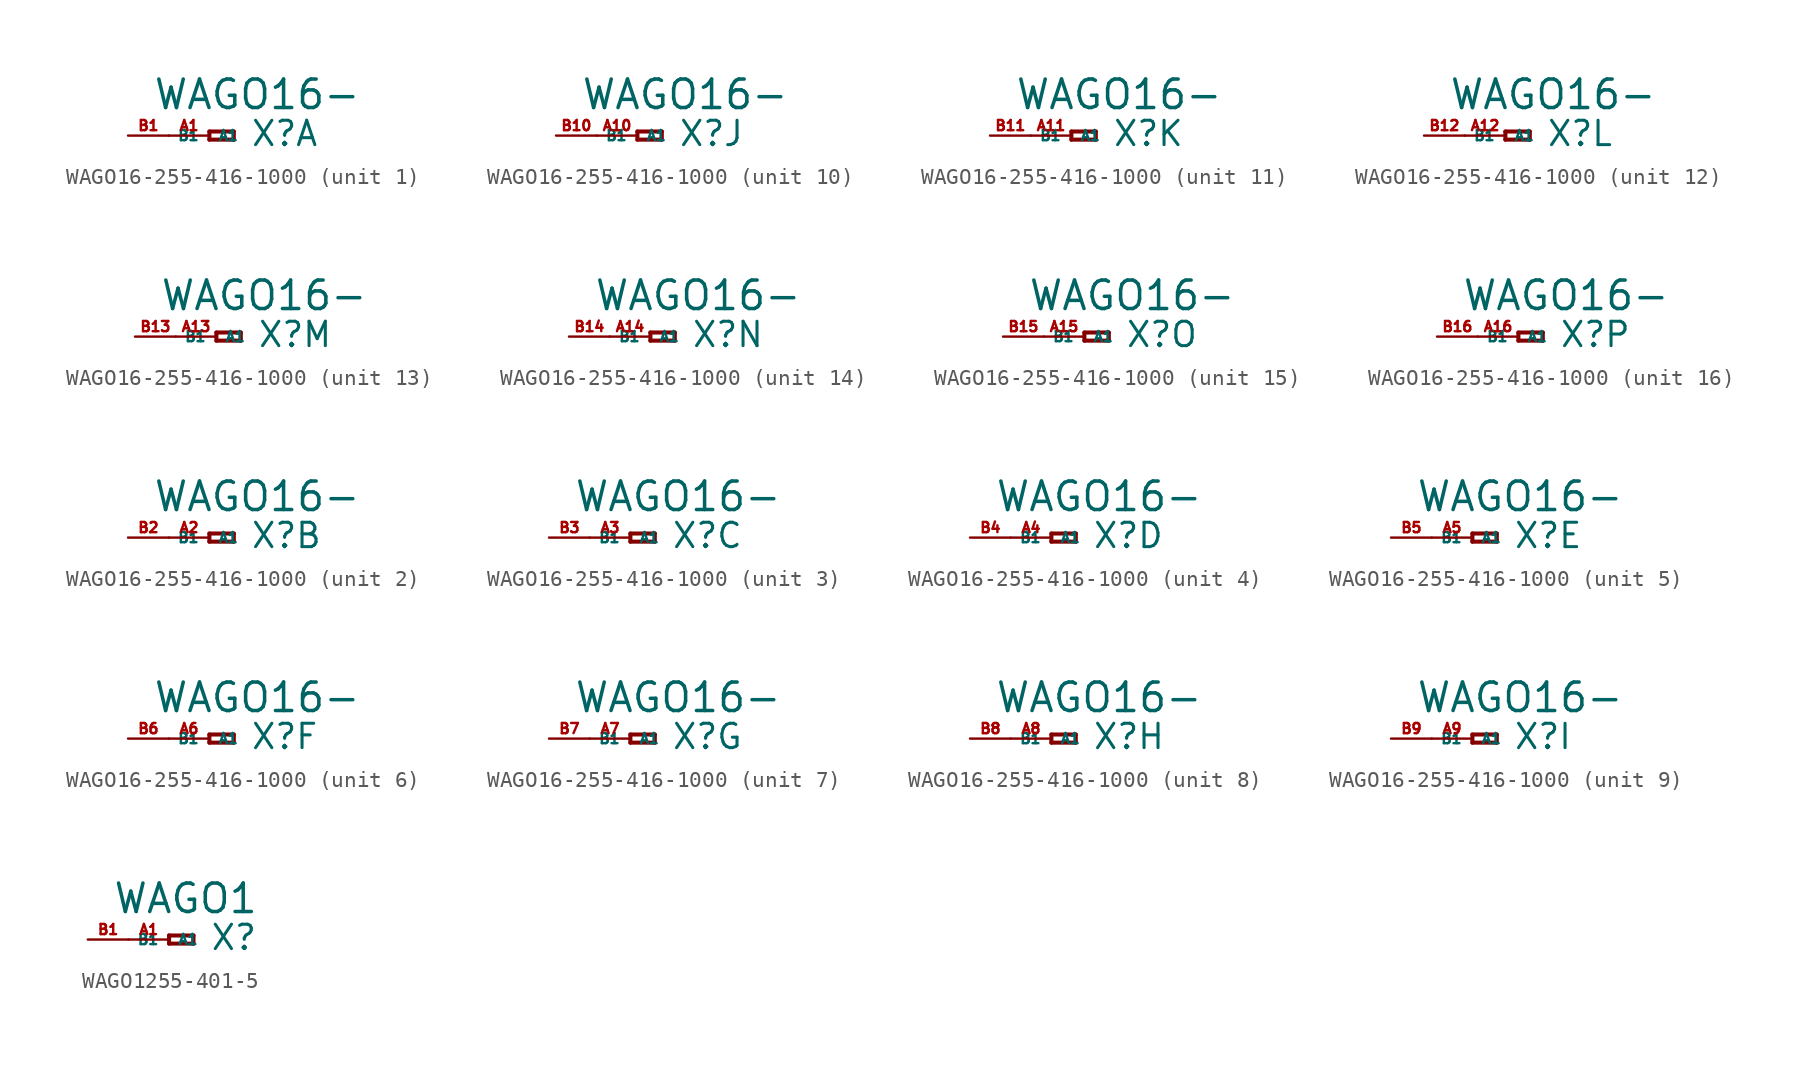
<source format=kicad_sym>
(kicad_symbol_lib
  (version 20220914)
  (generator Eagle2Kicad)
  (symbol "WAGO16-255-416-1000"
    (property "Reference" "X"
      (at 2.54 -0.762 0)
      (effects (font (size 1.524 1.524) (thickness 0.19)) (justify left bottom)))
    (property "Value" "WAGO16-"
      (at -3.556 1.524 0)
      (effects (font (size 1.778 1.778) (thickness 0.22)) (justify left bottom)))
    (symbol "WAGO16-255-416-1000_1_0"
      (polyline (pts (xy 0 0.254) (xy 0 -0.254)) (stroke (width 0.254) (type default)) (fill (type none)))
      (polyline (pts (xy 0 -0.254) (xy 1.524 -0.254)) (stroke (width 0.254) (type default)) (fill (type none)))
      (polyline (pts (xy 1.524 -0.254) (xy 1.524 0.254)) (stroke (width 0.254) (type default)) (fill (type none)))
      (polyline (pts (xy 1.524 0.254) (xy 0 0.254)) (stroke (width 0.254) (type default)) (fill (type none)))
      (pin passive line (at -2.54 0 0) (length 2.54) (name "A1" (effects (font (size 0.635 0.635) (thickness 0.08)) (justify left bottom))) (number "A1" (effects (font (size 0.635 0.635) (thickness 0.08)) (justify left bottom))))
      (pin passive line (at -5.08 0 0) (length 2.54) (name "B1" (effects (font (size 0.635 0.635) (thickness 0.08)) (justify left bottom))) (number "B1" (effects (font (size 0.635 0.635) (thickness 0.08)) (justify left bottom)))))
    (symbol "WAGO16-255-416-1000_2_0"
      (polyline (pts (xy 0 0.254) (xy 0 -0.254)) (stroke (width 0.254) (type default)) (fill (type none)))
      (polyline (pts (xy 0 -0.254) (xy 1.524 -0.254)) (stroke (width 0.254) (type default)) (fill (type none)))
      (polyline (pts (xy 1.524 -0.254) (xy 1.524 0.254)) (stroke (width 0.254) (type default)) (fill (type none)))
      (polyline (pts (xy 1.524 0.254) (xy 0 0.254)) (stroke (width 0.254) (type default)) (fill (type none)))
      (pin passive line (at -2.54 0 0) (length 2.54) (name "A1" (effects (font (size 0.635 0.635) (thickness 0.08)) (justify left bottom))) (number "A2" (effects (font (size 0.635 0.635) (thickness 0.08)) (justify left bottom))))
      (pin passive line (at -5.08 0 0) (length 2.54) (name "B1" (effects (font (size 0.635 0.635) (thickness 0.08)) (justify left bottom))) (number "B2" (effects (font (size 0.635 0.635) (thickness 0.08)) (justify left bottom)))))
    (symbol "WAGO16-255-416-1000_3_0"
      (polyline (pts (xy 0 0.254) (xy 0 -0.254)) (stroke (width 0.254) (type default)) (fill (type none)))
      (polyline (pts (xy 0 -0.254) (xy 1.524 -0.254)) (stroke (width 0.254) (type default)) (fill (type none)))
      (polyline (pts (xy 1.524 -0.254) (xy 1.524 0.254)) (stroke (width 0.254) (type default)) (fill (type none)))
      (polyline (pts (xy 1.524 0.254) (xy 0 0.254)) (stroke (width 0.254) (type default)) (fill (type none)))
      (pin passive line (at -2.54 0 0) (length 2.54) (name "A1" (effects (font (size 0.635 0.635) (thickness 0.08)) (justify left bottom))) (number "A3" (effects (font (size 0.635 0.635) (thickness 0.08)) (justify left bottom))))
      (pin passive line (at -5.08 0 0) (length 2.54) (name "B1" (effects (font (size 0.635 0.635) (thickness 0.08)) (justify left bottom))) (number "B3" (effects (font (size 0.635 0.635) (thickness 0.08)) (justify left bottom)))))
    (symbol "WAGO16-255-416-1000_4_0"
      (polyline (pts (xy 0 0.254) (xy 0 -0.254)) (stroke (width 0.254) (type default)) (fill (type none)))
      (polyline (pts (xy 0 -0.254) (xy 1.524 -0.254)) (stroke (width 0.254) (type default)) (fill (type none)))
      (polyline (pts (xy 1.524 -0.254) (xy 1.524 0.254)) (stroke (width 0.254) (type default)) (fill (type none)))
      (polyline (pts (xy 1.524 0.254) (xy 0 0.254)) (stroke (width 0.254) (type default)) (fill (type none)))
      (pin passive line (at -2.54 0 0) (length 2.54) (name "A1" (effects (font (size 0.635 0.635) (thickness 0.08)) (justify left bottom))) (number "A4" (effects (font (size 0.635 0.635) (thickness 0.08)) (justify left bottom))))
      (pin passive line (at -5.08 0 0) (length 2.54) (name "B1" (effects (font (size 0.635 0.635) (thickness 0.08)) (justify left bottom))) (number "B4" (effects (font (size 0.635 0.635) (thickness 0.08)) (justify left bottom)))))
    (symbol "WAGO16-255-416-1000_5_0"
      (polyline (pts (xy 0 0.254) (xy 0 -0.254)) (stroke (width 0.254) (type default)) (fill (type none)))
      (polyline (pts (xy 0 -0.254) (xy 1.524 -0.254)) (stroke (width 0.254) (type default)) (fill (type none)))
      (polyline (pts (xy 1.524 -0.254) (xy 1.524 0.254)) (stroke (width 0.254) (type default)) (fill (type none)))
      (polyline (pts (xy 1.524 0.254) (xy 0 0.254)) (stroke (width 0.254) (type default)) (fill (type none)))
      (pin passive line (at -2.54 0 0) (length 2.54) (name "A1" (effects (font (size 0.635 0.635) (thickness 0.08)) (justify left bottom))) (number "A5" (effects (font (size 0.635 0.635) (thickness 0.08)) (justify left bottom))))
      (pin passive line (at -5.08 0 0) (length 2.54) (name "B1" (effects (font (size 0.635 0.635) (thickness 0.08)) (justify left bottom))) (number "B5" (effects (font (size 0.635 0.635) (thickness 0.08)) (justify left bottom)))))
    (symbol "WAGO16-255-416-1000_6_0"
      (polyline (pts (xy 0 0.254) (xy 0 -0.254)) (stroke (width 0.254) (type default)) (fill (type none)))
      (polyline (pts (xy 0 -0.254) (xy 1.524 -0.254)) (stroke (width 0.254) (type default)) (fill (type none)))
      (polyline (pts (xy 1.524 -0.254) (xy 1.524 0.254)) (stroke (width 0.254) (type default)) (fill (type none)))
      (polyline (pts (xy 1.524 0.254) (xy 0 0.254)) (stroke (width 0.254) (type default)) (fill (type none)))
      (pin passive line (at -2.54 0 0) (length 2.54) (name "A1" (effects (font (size 0.635 0.635) (thickness 0.08)) (justify left bottom))) (number "A6" (effects (font (size 0.635 0.635) (thickness 0.08)) (justify left bottom))))
      (pin passive line (at -5.08 0 0) (length 2.54) (name "B1" (effects (font (size 0.635 0.635) (thickness 0.08)) (justify left bottom))) (number "B6" (effects (font (size 0.635 0.635) (thickness 0.08)) (justify left bottom)))))
    (symbol "WAGO16-255-416-1000_7_0"
      (polyline (pts (xy 0 0.254) (xy 0 -0.254)) (stroke (width 0.254) (type default)) (fill (type none)))
      (polyline (pts (xy 0 -0.254) (xy 1.524 -0.254)) (stroke (width 0.254) (type default)) (fill (type none)))
      (polyline (pts (xy 1.524 -0.254) (xy 1.524 0.254)) (stroke (width 0.254) (type default)) (fill (type none)))
      (polyline (pts (xy 1.524 0.254) (xy 0 0.254)) (stroke (width 0.254) (type default)) (fill (type none)))
      (pin passive line (at -2.54 0 0) (length 2.54) (name "A1" (effects (font (size 0.635 0.635) (thickness 0.08)) (justify left bottom))) (number "A7" (effects (font (size 0.635 0.635) (thickness 0.08)) (justify left bottom))))
      (pin passive line (at -5.08 0 0) (length 2.54) (name "B1" (effects (font (size 0.635 0.635) (thickness 0.08)) (justify left bottom))) (number "B7" (effects (font (size 0.635 0.635) (thickness 0.08)) (justify left bottom)))))
    (symbol "WAGO16-255-416-1000_8_0"
      (polyline (pts (xy 0 0.254) (xy 0 -0.254)) (stroke (width 0.254) (type default)) (fill (type none)))
      (polyline (pts (xy 0 -0.254) (xy 1.524 -0.254)) (stroke (width 0.254) (type default)) (fill (type none)))
      (polyline (pts (xy 1.524 -0.254) (xy 1.524 0.254)) (stroke (width 0.254) (type default)) (fill (type none)))
      (polyline (pts (xy 1.524 0.254) (xy 0 0.254)) (stroke (width 0.254) (type default)) (fill (type none)))
      (pin passive line (at -2.54 0 0) (length 2.54) (name "A1" (effects (font (size 0.635 0.635) (thickness 0.08)) (justify left bottom))) (number "A8" (effects (font (size 0.635 0.635) (thickness 0.08)) (justify left bottom))))
      (pin passive line (at -5.08 0 0) (length 2.54) (name "B1" (effects (font (size 0.635 0.635) (thickness 0.08)) (justify left bottom))) (number "B8" (effects (font (size 0.635 0.635) (thickness 0.08)) (justify left bottom)))))
    (symbol "WAGO16-255-416-1000_9_0"
      (polyline (pts (xy 0 0.254) (xy 0 -0.254)) (stroke (width 0.254) (type default)) (fill (type none)))
      (polyline (pts (xy 0 -0.254) (xy 1.524 -0.254)) (stroke (width 0.254) (type default)) (fill (type none)))
      (polyline (pts (xy 1.524 -0.254) (xy 1.524 0.254)) (stroke (width 0.254) (type default)) (fill (type none)))
      (polyline (pts (xy 1.524 0.254) (xy 0 0.254)) (stroke (width 0.254) (type default)) (fill (type none)))
      (pin passive line (at -2.54 0 0) (length 2.54) (name "A1" (effects (font (size 0.635 0.635) (thickness 0.08)) (justify left bottom))) (number "A9" (effects (font (size 0.635 0.635) (thickness 0.08)) (justify left bottom))))
      (pin passive line (at -5.08 0 0) (length 2.54) (name "B1" (effects (font (size 0.635 0.635) (thickness 0.08)) (justify left bottom))) (number "B9" (effects (font (size 0.635 0.635) (thickness 0.08)) (justify left bottom)))))
    (symbol "WAGO16-255-416-1000_10_0"
      (polyline (pts (xy 0 0.254) (xy 0 -0.254)) (stroke (width 0.254) (type default)) (fill (type none)))
      (polyline (pts (xy 0 -0.254) (xy 1.524 -0.254)) (stroke (width 0.254) (type default)) (fill (type none)))
      (polyline (pts (xy 1.524 -0.254) (xy 1.524 0.254)) (stroke (width 0.254) (type default)) (fill (type none)))
      (polyline (pts (xy 1.524 0.254) (xy 0 0.254)) (stroke (width 0.254) (type default)) (fill (type none)))
      (pin passive line (at -2.54 0 0) (length 2.54) (name "A1" (effects (font (size 0.635 0.635) (thickness 0.08)) (justify left bottom))) (number "A10" (effects (font (size 0.635 0.635) (thickness 0.08)) (justify left bottom))))
      (pin passive line (at -5.08 0 0) (length 2.54) (name "B1" (effects (font (size 0.635 0.635) (thickness 0.08)) (justify left bottom))) (number "B10" (effects (font (size 0.635 0.635) (thickness 0.08)) (justify left bottom)))))
    (symbol "WAGO16-255-416-1000_11_0"
      (polyline (pts (xy 0 0.254) (xy 0 -0.254)) (stroke (width 0.254) (type default)) (fill (type none)))
      (polyline (pts (xy 0 -0.254) (xy 1.524 -0.254)) (stroke (width 0.254) (type default)) (fill (type none)))
      (polyline (pts (xy 1.524 -0.254) (xy 1.524 0.254)) (stroke (width 0.254) (type default)) (fill (type none)))
      (polyline (pts (xy 1.524 0.254) (xy 0 0.254)) (stroke (width 0.254) (type default)) (fill (type none)))
      (pin passive line (at -2.54 0 0) (length 2.54) (name "A1" (effects (font (size 0.635 0.635) (thickness 0.08)) (justify left bottom))) (number "A11" (effects (font (size 0.635 0.635) (thickness 0.08)) (justify left bottom))))
      (pin passive line (at -5.08 0 0) (length 2.54) (name "B1" (effects (font (size 0.635 0.635) (thickness 0.08)) (justify left bottom))) (number "B11" (effects (font (size 0.635 0.635) (thickness 0.08)) (justify left bottom)))))
    (symbol "WAGO16-255-416-1000_12_0"
      (polyline (pts (xy 0 0.254) (xy 0 -0.254)) (stroke (width 0.254) (type default)) (fill (type none)))
      (polyline (pts (xy 0 -0.254) (xy 1.524 -0.254)) (stroke (width 0.254) (type default)) (fill (type none)))
      (polyline (pts (xy 1.524 -0.254) (xy 1.524 0.254)) (stroke (width 0.254) (type default)) (fill (type none)))
      (polyline (pts (xy 1.524 0.254) (xy 0 0.254)) (stroke (width 0.254) (type default)) (fill (type none)))
      (pin passive line (at -2.54 0 0) (length 2.54) (name "A1" (effects (font (size 0.635 0.635) (thickness 0.08)) (justify left bottom))) (number "A12" (effects (font (size 0.635 0.635) (thickness 0.08)) (justify left bottom))))
      (pin passive line (at -5.08 0 0) (length 2.54) (name "B1" (effects (font (size 0.635 0.635) (thickness 0.08)) (justify left bottom))) (number "B12" (effects (font (size 0.635 0.635) (thickness 0.08)) (justify left bottom)))))
    (symbol "WAGO16-255-416-1000_13_0"
      (polyline (pts (xy 0 0.254) (xy 0 -0.254)) (stroke (width 0.254) (type default)) (fill (type none)))
      (polyline (pts (xy 0 -0.254) (xy 1.524 -0.254)) (stroke (width 0.254) (type default)) (fill (type none)))
      (polyline (pts (xy 1.524 -0.254) (xy 1.524 0.254)) (stroke (width 0.254) (type default)) (fill (type none)))
      (polyline (pts (xy 1.524 0.254) (xy 0 0.254)) (stroke (width 0.254) (type default)) (fill (type none)))
      (pin passive line (at -2.54 0 0) (length 2.54) (name "A1" (effects (font (size 0.635 0.635) (thickness 0.08)) (justify left bottom))) (number "A13" (effects (font (size 0.635 0.635) (thickness 0.08)) (justify left bottom))))
      (pin passive line (at -5.08 0 0) (length 2.54) (name "B1" (effects (font (size 0.635 0.635) (thickness 0.08)) (justify left bottom))) (number "B13" (effects (font (size 0.635 0.635) (thickness 0.08)) (justify left bottom)))))
    (symbol "WAGO16-255-416-1000_14_0"
      (polyline (pts (xy 0 0.254) (xy 0 -0.254)) (stroke (width 0.254) (type default)) (fill (type none)))
      (polyline (pts (xy 0 -0.254) (xy 1.524 -0.254)) (stroke (width 0.254) (type default)) (fill (type none)))
      (polyline (pts (xy 1.524 -0.254) (xy 1.524 0.254)) (stroke (width 0.254) (type default)) (fill (type none)))
      (polyline (pts (xy 1.524 0.254) (xy 0 0.254)) (stroke (width 0.254) (type default)) (fill (type none)))
      (pin passive line (at -2.54 0 0) (length 2.54) (name "A1" (effects (font (size 0.635 0.635) (thickness 0.08)) (justify left bottom))) (number "A14" (effects (font (size 0.635 0.635) (thickness 0.08)) (justify left bottom))))
      (pin passive line (at -5.08 0 0) (length 2.54) (name "B1" (effects (font (size 0.635 0.635) (thickness 0.08)) (justify left bottom))) (number "B14" (effects (font (size 0.635 0.635) (thickness 0.08)) (justify left bottom)))))
    (symbol "WAGO16-255-416-1000_15_0"
      (polyline (pts (xy 0 0.254) (xy 0 -0.254)) (stroke (width 0.254) (type default)) (fill (type none)))
      (polyline (pts (xy 0 -0.254) (xy 1.524 -0.254)) (stroke (width 0.254) (type default)) (fill (type none)))
      (polyline (pts (xy 1.524 -0.254) (xy 1.524 0.254)) (stroke (width 0.254) (type default)) (fill (type none)))
      (polyline (pts (xy 1.524 0.254) (xy 0 0.254)) (stroke (width 0.254) (type default)) (fill (type none)))
      (pin passive line (at -2.54 0 0) (length 2.54) (name "A1" (effects (font (size 0.635 0.635) (thickness 0.08)) (justify left bottom))) (number "A15" (effects (font (size 0.635 0.635) (thickness 0.08)) (justify left bottom))))
      (pin passive line (at -5.08 0 0) (length 2.54) (name "B1" (effects (font (size 0.635 0.635) (thickness 0.08)) (justify left bottom))) (number "B15" (effects (font (size 0.635 0.635) (thickness 0.08)) (justify left bottom)))))
    (symbol "WAGO16-255-416-1000_16_0"
      (polyline (pts (xy 0 0.254) (xy 0 -0.254)) (stroke (width 0.254) (type default)) (fill (type none)))
      (polyline (pts (xy 0 -0.254) (xy 1.524 -0.254)) (stroke (width 0.254) (type default)) (fill (type none)))
      (polyline (pts (xy 1.524 -0.254) (xy 1.524 0.254)) (stroke (width 0.254) (type default)) (fill (type none)))
      (polyline (pts (xy 1.524 0.254) (xy 0 0.254)) (stroke (width 0.254) (type default)) (fill (type none)))
      (pin passive line (at -2.54 0 0) (length 2.54) (name "A1" (effects (font (size 0.635 0.635) (thickness 0.08)) (justify left bottom))) (number "A16" (effects (font (size 0.635 0.635) (thickness 0.08)) (justify left bottom))))
      (pin passive line (at -5.08 0 0) (length 2.54) (name "B1" (effects (font (size 0.635 0.635) (thickness 0.08)) (justify left bottom))) (number "B16" (effects (font (size 0.635 0.635) (thickness 0.08)) (justify left bottom))))))
  (symbol "WAGO1255-401-5"
    (property "Reference" "X"
      (at 2.54 -0.762 0)
      (effects (font (size 1.524 1.524) (thickness 0.19)) (justify left bottom)))
    (property "Value" "WAGO1"
      (at -3.556 1.524 0)
      (effects (font (size 1.778 1.778) (thickness 0.22)) (justify left bottom)))
    (polyline
      (pts (xy 0 0.254) (xy 0 -0.254))
      (stroke (width 0.254) (type default))
      (fill (type none)))
    (polyline
      (pts (xy 0 -0.254) (xy 1.524 -0.254))
      (stroke (width 0.254) (type default))
      (fill (type none)))
    (polyline
      (pts (xy 1.524 -0.254) (xy 1.524 0.254))
      (stroke (width 0.254) (type default))
      (fill (type none)))
    (polyline
      (pts (xy 1.524 0.254) (xy 0 0.254))
      (stroke (width 0.254) (type default))
      (fill (type none)))
    (pin passive line
      (at -2.54 0 0)
      (length 2.54)
      (name "A1" (effects (font (size 0.635 0.635) (thickness 0.08)) (justify left bottom)))
      (number "A1" (effects (font (size 0.635 0.635) (thickness 0.08)) (justify left bottom))))
    (pin passive line
      (at -5.08 0 0)
      (length 2.54)
      (name "B1" (effects (font (size 0.635 0.635) (thickness 0.08)) (justify left bottom)))
      (number "B1" (effects (font (size 0.635 0.635) (thickness 0.08)) (justify left bottom))))))
</source>
